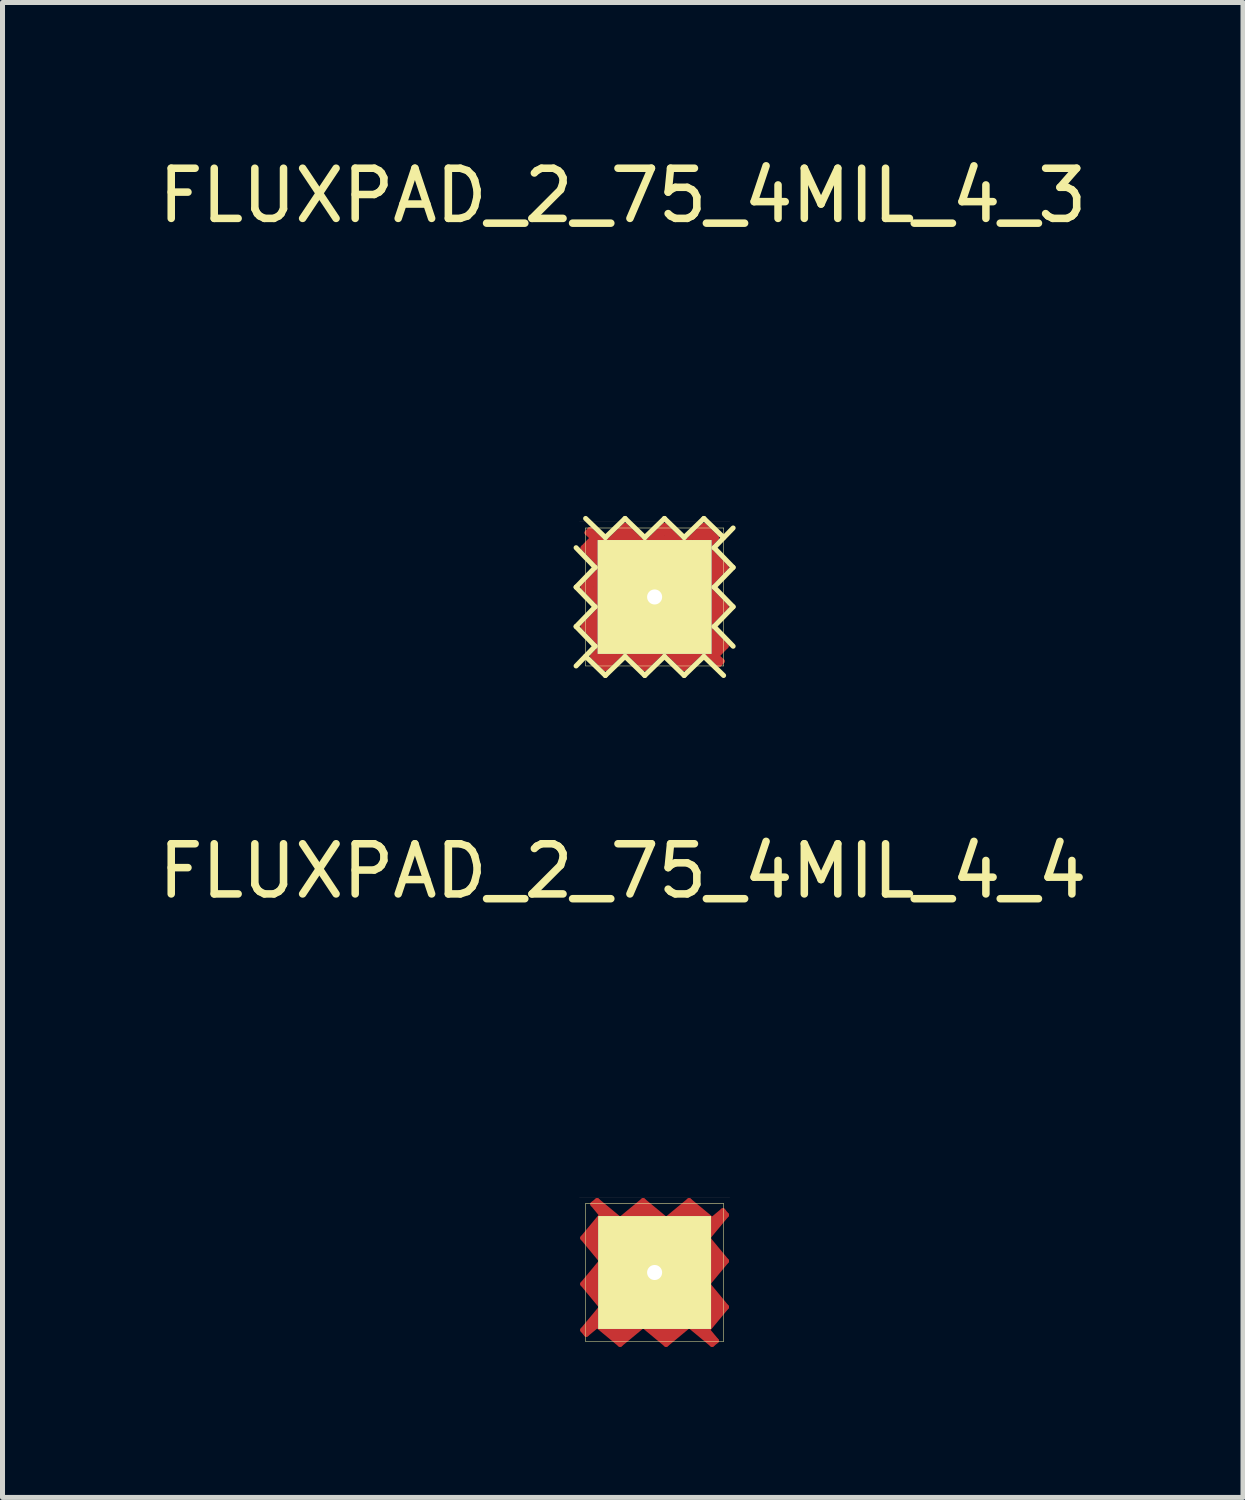
<source format=kicad_pcb>
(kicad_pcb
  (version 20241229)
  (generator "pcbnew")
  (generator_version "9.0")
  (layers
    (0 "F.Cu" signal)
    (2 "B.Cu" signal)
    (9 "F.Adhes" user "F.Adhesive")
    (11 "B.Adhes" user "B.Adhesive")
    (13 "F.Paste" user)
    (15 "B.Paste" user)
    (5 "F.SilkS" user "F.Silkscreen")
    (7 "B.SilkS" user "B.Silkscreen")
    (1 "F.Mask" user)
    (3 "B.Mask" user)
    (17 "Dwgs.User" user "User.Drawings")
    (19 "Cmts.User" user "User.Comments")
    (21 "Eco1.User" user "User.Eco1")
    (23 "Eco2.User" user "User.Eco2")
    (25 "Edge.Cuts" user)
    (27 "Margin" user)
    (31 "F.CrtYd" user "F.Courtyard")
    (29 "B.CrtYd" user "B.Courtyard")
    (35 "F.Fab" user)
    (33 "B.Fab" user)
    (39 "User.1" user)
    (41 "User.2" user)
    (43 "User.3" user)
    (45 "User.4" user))
  (footprint "FLUXPAD_2_75_4MIL_4_3"
    (layer "F.Cu")
    (at 9.998 8.849)
    (property "Reference" "FLUXPAD_2_75_4MIL_4_3" (at -0.635 -8.001 0) (layer "F.SilkS") (effects (font (size 1 1) (thickness 0.15))))
    (attr through_hole)
    (fp_line (start -1.425 -0.982) (end -1.18 -1.235) (stroke (width 0.1) (type solid)) (layer "F.Cu"))
    (fp_line (start -1.425 -0.196) (end -1.045 -0.589) (stroke (width 0.1) (type solid)) (layer "F.Cu"))
    (fp_line (start -1.425 0.589) (end -1.045 0.982) (stroke (width 0.1) (type solid)) (layer "F.Cu"))
    (fp_line (start -1.347 -1.281) (end -1.204 -1.144) (stroke (width 0.1) (type solid)) (layer "F.Cu"))
    (fp_line (start -1.325 -0.975) (end -1.175 -1.125) (stroke (width 0.15) (type solid)) (layer "F.Cu"))
    (fp_line (start -1.325 -0.2) (end -1.15 -0.025) (stroke (width 0.15) (type solid)) (layer "F.Cu"))
    (fp_line (start -1.3 0.6) (end -1.15 0.425) (stroke (width 0.15) (type solid)) (layer "F.Cu"))
    (fp_line (start -1.29 -1.343) (end -1.347 -1.281) (stroke (width 0.1) (type solid)) (layer "F.Cu"))
    (fp_line (start -1.175 -1.125) (end -1.175 -0.825) (stroke (width 0.15) (type solid)) (layer "F.Cu"))
    (fp_line (start -1.175 -0.825) (end -1.325 -0.975) (stroke (width 0.15) (type solid)) (layer "F.Cu"))
    (fp_line (start -1.15 -0.375) (end -1.325 -0.2) (stroke (width 0.15) (type solid)) (layer "F.Cu"))
    (fp_line (start -1.15 -0.025) (end -1.15 -0.375) (stroke (width 0.15) (type solid)) (layer "F.Cu"))
    (fp_line (start -1.15 0.425) (end -1.15 0.725) (stroke (width 0.15) (type solid)) (layer "F.Cu"))
    (fp_line (start -1.15 0.75) (end -1.3 0.6) (stroke (width 0.15) (type solid)) (layer "F.Cu"))
    (fp_line (start -1.125 1.175) (end -0.825 1.175) (stroke (width 0.15) (type solid)) (layer "F.Cu"))
    (fp_line (start -1.045 -0.589) (end -1.425 -0.982) (stroke (width 0.1) (type solid)) (layer "F.Cu"))
    (fp_line (start -1.045 0.196) (end -1.425 -0.196) (stroke (width 0.1) (type solid)) (layer "F.Cu"))
    (fp_line (start -1.045 0.196) (end -1.425 0.589) (stroke (width 0.1) (type solid)) (layer "F.Cu"))
    (fp_line (start -1.045 0.982) (end -1.235 1.18) (stroke (width 0.1) (type solid)) (layer "F.Cu"))
    (fp_line (start -0.982 -1.045) (end -1.29 -1.343) (stroke (width 0.1) (type solid)) (layer "F.Cu"))
    (fp_line (start -0.982 -1.045) (end -1.18 -1.235) (stroke (width 0.1) (type solid)) (layer "F.Cu"))
    (fp_line (start -0.982 1.425) (end -1.235 1.18) (stroke (width 0.1) (type solid)) (layer "F.Cu"))
    (fp_line (start -0.975 1.325) (end -1.125 1.175) (stroke (width 0.15) (type solid)) (layer "F.Cu"))
    (fp_line (start -0.825 1.175) (end -0.975 1.325) (stroke (width 0.15) (type solid)) (layer "F.Cu"))
    (fp_line (start -0.75 -1.15) (end -0.6 -1.3) (stroke (width 0.15) (type solid)) (layer "F.Cu"))
    (fp_line (start -0.6 -1.3) (end -0.425 -1.15) (stroke (width 0.15) (type solid)) (layer "F.Cu"))
    (fp_line (start -0.589 -1.425) (end -0.982 -1.045) (stroke (width 0.1) (type solid)) (layer "F.Cu"))
    (fp_line (start -0.589 1.045) (end -0.982 1.425) (stroke (width 0.1) (type solid)) (layer "F.Cu"))
    (fp_line (start -0.425 -1.15) (end -0.725 -1.15) (stroke (width 0.15) (type solid)) (layer "F.Cu"))
    (fp_line (start -0.375 1.15) (end -0.2 1.325) (stroke (width 0.15) (type solid)) (layer "F.Cu"))
    (fp_line (start -0.2 1.325) (end -0.025 1.15) (stroke (width 0.15) (type solid)) (layer "F.Cu"))
    (fp_line (start -0.196 -1.045) (end -0.589 -1.425) (stroke (width 0.1) (type solid)) (layer "F.Cu"))
    (fp_line (start -0.196 -1.045) (end 0.196 -1.425) (stroke (width 0.1) (type solid)) (layer "F.Cu"))
    (fp_line (start -0.196 1.425) (end -0.589 1.045) (stroke (width 0.1) (type solid)) (layer "F.Cu"))
    (fp_line (start -0.025 1.15) (end -0.375 1.15) (stroke (width 0.15) (type solid)) (layer "F.Cu"))
    (fp_line (start 0.025 -1.15) (end 0.375 -1.15) (stroke (width 0.15) (type solid)) (layer "F.Cu"))
    (fp_line (start 0.196 -1.425) (end 0.589 -1.045) (stroke (width 0.1) (type solid)) (layer "F.Cu"))
    (fp_line (start 0.196 1.045) (end -0.196 1.425) (stroke (width 0.1) (type solid)) (layer "F.Cu"))
    (fp_line (start 0.196 1.045) (end 0.589 1.425) (stroke (width 0.1) (type solid)) (layer "F.Cu"))
    (fp_line (start 0.2 -1.325) (end 0.025 -1.15) (stroke (width 0.15) (type solid)) (layer "F.Cu"))
    (fp_line (start 0.375 -1.15) (end 0.2 -1.325) (stroke (width 0.15) (type solid)) (layer "F.Cu"))
    (fp_line (start 0.425 1.15) (end 0.725 1.15) (stroke (width 0.15) (type solid)) (layer "F.Cu"))
    (fp_line (start 0.589 -1.045) (end 0.982 -1.425) (stroke (width 0.1) (type solid)) (layer "F.Cu"))
    (fp_line (start 0.589 1.425) (end 0.982 1.045) (stroke (width 0.1) (type solid)) (layer "F.Cu"))
    (fp_line (start 0.6 1.3) (end 0.425 1.15) (stroke (width 0.15) (type solid)) (layer "F.Cu"))
    (fp_line (start 0.75 1.15) (end 0.6 1.3) (stroke (width 0.15) (type solid)) (layer "F.Cu"))
    (fp_line (start 0.825 -1.175) (end 0.975 -1.325) (stroke (width 0.15) (type solid)) (layer "F.Cu"))
    (fp_line (start 0.975 -1.325) (end 1.125 -1.175) (stroke (width 0.15) (type solid)) (layer "F.Cu"))
    (fp_line (start 0.982 -1.425) (end 1.235 -1.18) (stroke (width 0.1) (type solid)) (layer "F.Cu"))
    (fp_line (start 0.982 1.045) (end 1.18 1.235) (stroke (width 0.1) (type solid)) (layer "F.Cu"))
    (fp_line (start 0.982 1.045) (end 1.29 1.343) (stroke (width 0.1) (type solid)) (layer "F.Cu"))
    (fp_line (start 1.045 -0.982) (end 1.235 -1.18) (stroke (width 0.1) (type solid)) (layer "F.Cu"))
    (fp_line (start 1.045 -0.196) (end 1.425 -0.589) (stroke (width 0.1) (type solid)) (layer "F.Cu"))
    (fp_line (start 1.045 -0.196) (end 1.425 0.196) (stroke (width 0.1) (type solid)) (layer "F.Cu"))
    (fp_line (start 1.045 0.589) (end 1.425 0.982) (stroke (width 0.1) (type solid)) (layer "F.Cu"))
    (fp_line (start 1.125 -1.175) (end 0.825 -1.175) (stroke (width 0.15) (type solid)) (layer "F.Cu"))
    (fp_line (start 1.15 -0.75) (end 1.3 -0.6) (stroke (width 0.15) (type solid)) (layer "F.Cu"))
    (fp_line (start 1.15 -0.425) (end 1.15 -0.725) (stroke (width 0.15) (type solid)) (layer "F.Cu"))
    (fp_line (start 1.15 0.025) (end 1.15 0.375) (stroke (width 0.15) (type solid)) (layer "F.Cu"))
    (fp_line (start 1.15 0.375) (end 1.325 0.2) (stroke (width 0.15) (type solid)) (layer "F.Cu"))
    (fp_line (start 1.175 0.825) (end 1.325 0.975) (stroke (width 0.15) (type solid)) (layer "F.Cu"))
    (fp_line (start 1.175 1.125) (end 1.175 0.825) (stroke (width 0.15) (type solid)) (layer "F.Cu"))
    (fp_line (start 1.29 1.343) (end 1.347 1.281) (stroke (width 0.1) (type solid)) (layer "F.Cu"))
    (fp_line (start 1.3 -0.6) (end 1.15 -0.425) (stroke (width 0.15) (type solid)) (layer "F.Cu"))
    (fp_line (start 1.325 0.2) (end 1.15 0.025) (stroke (width 0.15) (type solid)) (layer "F.Cu"))
    (fp_line (start 1.325 0.975) (end 1.175 1.125) (stroke (width 0.15) (type solid)) (layer "F.Cu"))
    (fp_line (start 1.347 1.281) (end 1.204 1.144) (stroke (width 0.1) (type solid)) (layer "F.Cu"))
    (fp_line (start 1.425 -0.589) (end 1.045 -0.982) (stroke (width 0.1) (type solid)) (layer "F.Cu"))
    (fp_line (start 1.425 0.196) (end 1.045 0.589) (stroke (width 0.1) (type solid)) (layer "F.Cu"))
    (fp_line (start 1.425 0.982) (end 1.18 1.235) (stroke (width 0.1) (type solid)) (layer "F.Cu"))
    (fp_line (start -1.565 -0.196) (end -1.185 -0.589) (stroke (width 0.1) (type solid)) (layer "F.SilkS"))
    (fp_line (start -1.565 0.589) (end -1.185 0.982) (stroke (width 0.1) (type solid)) (layer "F.SilkS"))
    (fp_line (start -1.375 -1.375) (end -1.375 1.375) (stroke (width 0.01) (type solid)) (layer "F.SilkS"))
    (fp_line (start -1.375 1.375) (end 1.375 1.375) (stroke (width 0.01) (type solid)) (layer "F.SilkS"))
    (fp_line (start -1.185 -0.589) (end -1.565 -0.982) (stroke (width 0.1) (type solid)) (layer "F.SilkS"))
    (fp_line (start -1.185 0.196) (end -1.565 -0.196) (stroke (width 0.1) (type solid)) (layer "F.SilkS"))
    (fp_line (start -1.185 0.196) (end -1.565 0.589) (stroke (width 0.1) (type solid)) (layer "F.SilkS"))
    (fp_line (start -1.185 0.982) (end -1.565 1.375) (stroke (width 0.1) (type solid)) (layer "F.SilkS"))
    (fp_line (start -0.982 -1.185) (end -1.375 -1.565) (stroke (width 0.1) (type solid)) (layer "F.SilkS"))
    (fp_line (start -0.982 1.565) (end -1.375 1.185) (stroke (width 0.1) (type solid)) (layer "F.SilkS"))
    (fp_line (start -0.589 -1.565) (end -0.982 -1.185) (stroke (width 0.1) (type solid)) (layer "F.SilkS"))
    (fp_line (start -0.589 1.185) (end -0.982 1.565) (stroke (width 0.1) (type solid)) (layer "F.SilkS"))
    (fp_line (start -0.196 -1.185) (end -0.589 -1.565) (stroke (width 0.1) (type solid)) (layer "F.SilkS"))
    (fp_line (start -0.196 -1.185) (end 0.196 -1.565) (stroke (width 0.1) (type solid)) (layer "F.SilkS"))
    (fp_line (start -0.196 1.565) (end -0.589 1.185) (stroke (width 0.1) (type solid)) (layer "F.SilkS"))
    (fp_line (start 0.196 -1.565) (end 0.589 -1.185) (stroke (width 0.1) (type solid)) (layer "F.SilkS"))
    (fp_line (start 0.196 1.185) (end -0.196 1.565) (stroke (width 0.1) (type solid)) (layer "F.SilkS"))
    (fp_line (start 0.196 1.185) (end 0.589 1.565) (stroke (width 0.1) (type solid)) (layer "F.SilkS"))
    (fp_line (start 0.589 -1.185) (end 0.982 -1.565) (stroke (width 0.1) (type solid)) (layer "F.SilkS"))
    (fp_line (start 0.589 1.565) (end 0.982 1.185) (stroke (width 0.1) (type solid)) (layer "F.SilkS"))
    (fp_line (start 0.982 -1.565) (end 1.375 -1.185) (stroke (width 0.1) (type solid)) (layer "F.SilkS"))
    (fp_line (start 0.982 1.185) (end 1.375 1.565) (stroke (width 0.1) (type solid)) (layer "F.SilkS"))
    (fp_line (start 1.185 -0.982) (end 1.565 -1.375) (stroke (width 0.1) (type solid)) (layer "F.SilkS"))
    (fp_line (start 1.185 -0.196) (end 1.565 -0.589) (stroke (width 0.1) (type solid)) (layer "F.SilkS"))
    (fp_line (start 1.185 -0.196) (end 1.565 0.196) (stroke (width 0.1) (type solid)) (layer "F.SilkS"))
    (fp_line (start 1.185 0.589) (end 1.565 0.982) (stroke (width 0.1) (type solid)) (layer "F.SilkS"))
    (fp_line (start 1.375 -1.375) (end -1.375 -1.375) (stroke (width 0.01) (type solid)) (layer "F.SilkS"))
    (fp_line (start 1.375 1.375) (end 1.375 -1.375) (stroke (width 0.01) (type solid)) (layer "F.SilkS"))
    (fp_line (start 1.565 -0.589) (end 1.185 -0.982) (stroke (width 0.1) (type solid)) (layer "F.SilkS"))
    (fp_line (start 1.565 0.196) (end 1.185 0.589) (stroke (width 0.1) (type solid)) (layer "F.SilkS"))
    (fp_line (start -1.5 -1.5) (end 1.5 -1.5) (stroke (width 0.001) (type solid)) (layer "B.SilkS"))
    (pad "1" thru_hole rect (at 0 0) (size 2.27 2.27) (drill 0.3) (layers "*.Mask" "F.Cu" "F.SilkS")))
  (footprint "FLUXPAD_2_75_4MIL_4_4"
    (layer "F.Cu")
    (at 9.998 22.314)
    (property "Reference" "FLUXPAD_2_75_4MIL_4_4" (at -0.635 -8.001 0) (layer "F.SilkS") (effects (font (size 1 1) (thickness 0.15))))
    (attr through_hole)
    (fp_line (start -1.433 -0.688) (end -1.053 -1.146) (stroke (width 0.1) (type solid)) (layer "F.Cu"))
    (fp_line (start -1.433 0.229) (end -1.053 -0.229) (stroke (width 0.1) (type solid)) (layer "F.Cu"))
    (fp_line (start -1.433 1.146) (end -1.053 0.688) (stroke (width 0.1) (type solid)) (layer "F.Cu"))
    (fp_line (start -1.362 1.232) (end -1.433 1.146) (stroke (width 0.1) (type solid)) (layer "F.Cu"))
    (fp_line (start -1.36 1.14) (end -1.12 0.9) (stroke (width 0.15) (type solid)) (layer "F.Cu"))
    (fp_line (start -1.31 -0.69) (end -1.16 -0.46) (stroke (width 0.15) (type solid)) (layer "F.Cu"))
    (fp_line (start -1.31 0.23) (end -1.16 0.46) (stroke (width 0.15) (type solid)) (layer "F.Cu"))
    (fp_line (start -1.232 -1.362) (end -1.146 -1.433) (stroke (width 0.1) (type solid)) (layer "F.Cu"))
    (fp_line (start -1.16 -0.92) (end -1.31 -0.69) (stroke (width 0.15) (type solid)) (layer "F.Cu"))
    (fp_line (start -1.16 -0.46) (end -1.16 -0.92) (stroke (width 0.15) (type solid)) (layer "F.Cu"))
    (fp_line (start -1.16 0) (end -1.31 0.23) (stroke (width 0.15) (type solid)) (layer "F.Cu"))
    (fp_line (start -1.16 0.46) (end -1.16 0) (stroke (width 0.15) (type solid)) (layer "F.Cu"))
    (fp_line (start -1.146 -1.433) (end -0.688 -1.053) (stroke (width 0.1) (type solid)) (layer "F.Cu"))
    (fp_line (start -1.146 1.053) (end -1.362 1.232) (stroke (width 0.1) (type solid)) (layer "F.Cu"))
    (fp_line (start -1.14 -1.36) (end -0.9 -1.12) (stroke (width 0.15) (type solid)) (layer "F.Cu"))
    (fp_line (start -1.053 -1.146) (end -1.232 -1.362) (stroke (width 0.1) (type solid)) (layer "F.Cu"))
    (fp_line (start -1.053 -0.229) (end -1.433 -0.688) (stroke (width 0.1) (type solid)) (layer "F.Cu"))
    (fp_line (start -1.053 0.688) (end -1.433 0.229) (stroke (width 0.1) (type solid)) (layer "F.Cu"))
    (fp_line (start -0.92 1.16) (end -0.69 1.31) (stroke (width 0.15) (type solid)) (layer "F.Cu"))
    (fp_line (start -0.69 1.31) (end -0.46 1.16) (stroke (width 0.15) (type solid)) (layer "F.Cu"))
    (fp_line (start -0.688 -1.053) (end -0.229 -1.433) (stroke (width 0.1) (type solid)) (layer "F.Cu"))
    (fp_line (start -0.688 1.433) (end -1.146 1.053) (stroke (width 0.1) (type solid)) (layer "F.Cu"))
    (fp_line (start -0.46 -1.16) (end 0 -1.16) (stroke (width 0.15) (type solid)) (layer "F.Cu"))
    (fp_line (start -0.46 1.16) (end -0.92 1.16) (stroke (width 0.15) (type solid)) (layer "F.Cu"))
    (fp_line (start -0.23 -1.31) (end -0.46 -1.16) (stroke (width 0.15) (type solid)) (layer "F.Cu"))
    (fp_line (start -0.229 -1.433) (end 0.229 -1.053) (stroke (width 0.1) (type solid)) (layer "F.Cu"))
    (fp_line (start -0.229 1.053) (end -0.688 1.433) (stroke (width 0.1) (type solid)) (layer "F.Cu"))
    (fp_line (start 0 -1.16) (end -0.23 -1.31) (stroke (width 0.15) (type solid)) (layer "F.Cu"))
    (fp_line (start 0 1.16) (end 0.23 1.31) (stroke (width 0.15) (type solid)) (layer "F.Cu"))
    (fp_line (start 0.229 -1.053) (end 0.688 -1.433) (stroke (width 0.1) (type solid)) (layer "F.Cu"))
    (fp_line (start 0.229 1.433) (end -0.229 1.053) (stroke (width 0.1) (type solid)) (layer "F.Cu"))
    (fp_line (start 0.23 1.31) (end 0.46 1.16) (stroke (width 0.15) (type solid)) (layer "F.Cu"))
    (fp_line (start 0.46 -1.16) (end 0.92 -1.16) (stroke (width 0.15) (type solid)) (layer "F.Cu"))
    (fp_line (start 0.46 1.16) (end 0 1.16) (stroke (width 0.15) (type solid)) (layer "F.Cu"))
    (fp_line (start 0.688 -1.433) (end 1.146 -1.053) (stroke (width 0.1) (type solid)) (layer "F.Cu"))
    (fp_line (start 0.688 1.053) (end 0.229 1.433) (stroke (width 0.1) (type solid)) (layer "F.Cu"))
    (fp_line (start 0.69 -1.31) (end 0.46 -1.16) (stroke (width 0.15) (type solid)) (layer "F.Cu"))
    (fp_line (start 0.92 -1.16) (end 0.69 -1.31) (stroke (width 0.15) (type solid)) (layer "F.Cu"))
    (fp_line (start 1.053 -0.688) (end 1.433 -0.229) (stroke (width 0.1) (type solid)) (layer "F.Cu"))
    (fp_line (start 1.053 0.229) (end 1.433 0.688) (stroke (width 0.1) (type solid)) (layer "F.Cu"))
    (fp_line (start 1.053 1.146) (end 1.232 1.362) (stroke (width 0.1) (type solid)) (layer "F.Cu"))
    (fp_line (start 1.14 1.36) (end 0.9 1.12) (stroke (width 0.15) (type solid)) (layer "F.Cu"))
    (fp_line (start 1.146 -1.053) (end 1.362 -1.232) (stroke (width 0.1) (type solid)) (layer "F.Cu"))
    (fp_line (start 1.146 1.433) (end 0.688 1.053) (stroke (width 0.1) (type solid)) (layer "F.Cu"))
    (fp_line (start 1.16 -0.46) (end 1.16 0) (stroke (width 0.15) (type solid)) (layer "F.Cu"))
    (fp_line (start 1.16 0) (end 1.31 -0.23) (stroke (width 0.15) (type solid)) (layer "F.Cu"))
    (fp_line (start 1.16 0.46) (end 1.16 0.92) (stroke (width 0.15) (type solid)) (layer "F.Cu"))
    (fp_line (start 1.16 0.92) (end 1.31 0.69) (stroke (width 0.15) (type solid)) (layer "F.Cu"))
    (fp_line (start 1.232 1.362) (end 1.146 1.433) (stroke (width 0.1) (type solid)) (layer "F.Cu"))
    (fp_line (start 1.31 -0.23) (end 1.16 -0.46) (stroke (width 0.15) (type solid)) (layer "F.Cu"))
    (fp_line (start 1.31 0.69) (end 1.16 0.46) (stroke (width 0.15) (type solid)) (layer "F.Cu"))
    (fp_line (start 1.36 -1.14) (end 1.12 -0.9) (stroke (width 0.15) (type solid)) (layer "F.Cu"))
    (fp_line (start 1.362 -1.232) (end 1.433 -1.146) (stroke (width 0.1) (type solid)) (layer "F.Cu"))
    (fp_line (start 1.433 -1.146) (end 1.053 -0.688) (stroke (width 0.1) (type solid)) (layer "F.Cu"))
    (fp_line (start 1.433 -0.229) (end 1.053 0.229) (stroke (width 0.1) (type solid)) (layer "F.Cu"))
    (fp_line (start 1.433 0.688) (end 1.053 1.146) (stroke (width 0.1) (type solid)) (layer "F.Cu"))
    (fp_line (start -1.375 -1.375) (end -1.375 1.375) (stroke (width 0.01) (type solid)) (layer "F.SilkS"))
    (fp_line (start -1.375 1.375) (end 1.375 1.375) (stroke (width 0.01) (type solid)) (layer "F.SilkS"))
    (fp_line (start 1.375 -1.375) (end -1.375 -1.375) (stroke (width 0.01) (type solid)) (layer "F.SilkS"))
    (fp_line (start 1.375 1.375) (end 1.375 -1.375) (stroke (width 0.01) (type solid)) (layer "F.SilkS"))
    (fp_line (start -1.5 -1.5) (end 1.5 -1.5) (stroke (width 0.001) (type solid)) (layer "B.SilkS"))
    (pad "1" thru_hole rect (at 0 0) (size 2.25 2.25) (drill 0.3) (layers "*.Mask" "F.Cu" "F.SilkS")))
  (gr_rect
    (start -3 -3)
    (end 21.726 26.797)
    (stroke (width 0.1) (type default))
    (fill no)
    (layer "Edge.Cuts")))
</source>
